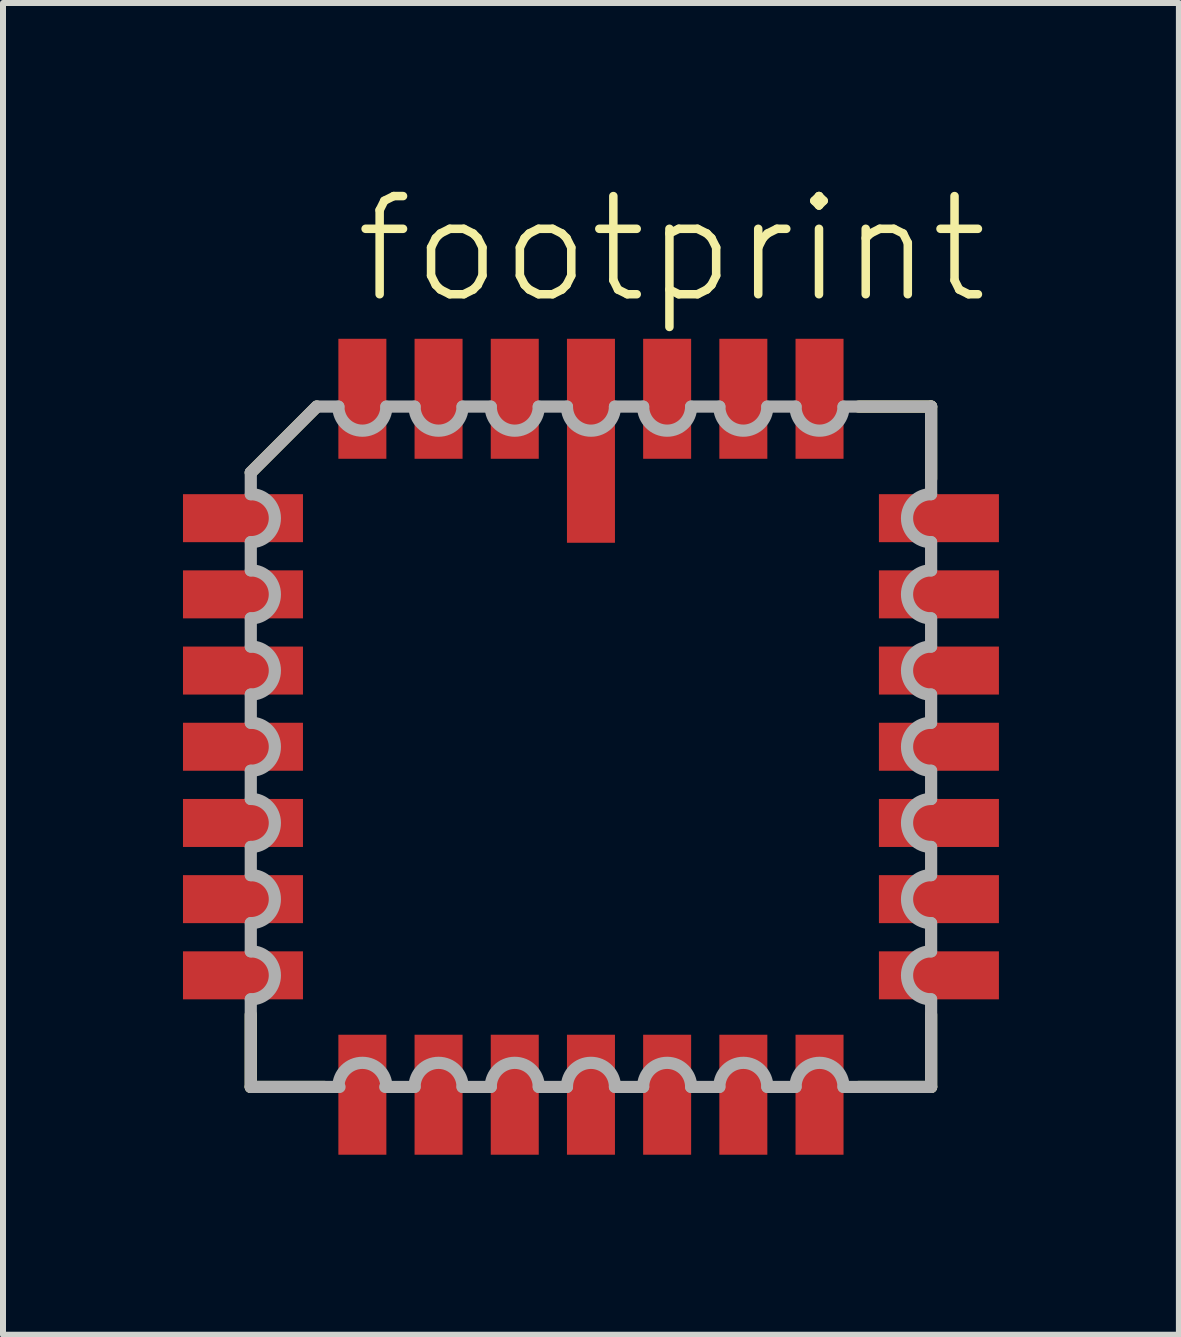
<source format=kicad_pcb>
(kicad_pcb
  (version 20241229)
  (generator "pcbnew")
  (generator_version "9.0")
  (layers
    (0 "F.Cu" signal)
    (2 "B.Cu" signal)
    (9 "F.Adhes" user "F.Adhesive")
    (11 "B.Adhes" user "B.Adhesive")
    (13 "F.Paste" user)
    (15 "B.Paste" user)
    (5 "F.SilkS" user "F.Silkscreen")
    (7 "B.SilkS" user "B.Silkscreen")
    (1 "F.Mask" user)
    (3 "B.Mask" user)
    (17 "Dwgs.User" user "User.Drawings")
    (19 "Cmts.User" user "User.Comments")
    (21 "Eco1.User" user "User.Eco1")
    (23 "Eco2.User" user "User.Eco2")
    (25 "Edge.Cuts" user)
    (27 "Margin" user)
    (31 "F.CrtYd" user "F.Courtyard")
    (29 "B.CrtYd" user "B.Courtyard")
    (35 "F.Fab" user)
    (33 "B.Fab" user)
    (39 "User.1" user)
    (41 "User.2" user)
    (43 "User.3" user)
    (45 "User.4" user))
  (footprint "footprint"
    (layer "F.Cu")
    (at 6.8 9.397)
    (property "Reference" "footprint" (at -4.005 -7.335 0) (layer "F.SilkS") (effects (font (size 1.636 1.636) (thickness 0.142)) (justify left bottom)))
    (fp_line (start -5.67 4.464) (end -5.67 5.67) (stroke (width 0.203) (type solid)) (layer "F.SilkS"))
    (fp_line (start -5.67 5.67) (end -4.445 5.67) (stroke (width 0.203) (type solid)) (layer "F.SilkS"))
    (fp_line (start -4.57 -5.67) (end -5.67 -4.57) (stroke (width 0.203) (type solid)) (layer "F.SilkS"))
    (fp_line (start 4.464 5.67) (end 5.67 5.67) (stroke (width 0.203) (type solid)) (layer "F.SilkS"))
    (fp_line (start 5.67 -5.67) (end 4.464 -5.67) (stroke (width 0.203) (type solid)) (layer "F.SilkS"))
    (fp_line (start 5.67 -4.464) (end 5.67 -5.67) (stroke (width 0.203) (type solid)) (layer "F.SilkS"))
    (fp_line (start 5.67 5.67) (end 5.67 4.464) (stroke (width 0.203) (type solid)) (layer "F.SilkS"))
    (fp_line (start -5.67 -4.57) (end -5.67 -4.21) (stroke (width 0.203) (type solid)) (layer "F.Fab"))
    (fp_line (start -5.67 -3.41) (end -5.67 -2.94) (stroke (width 0.203) (type solid)) (layer "F.Fab"))
    (fp_line (start -5.67 -2.14) (end -5.67 -1.67) (stroke (width 0.203) (type solid)) (layer "F.Fab"))
    (fp_line (start -5.67 -0.87) (end -5.67 -0.4) (stroke (width 0.203) (type solid)) (layer "F.Fab"))
    (fp_line (start -5.67 0.4) (end -5.67 0.87) (stroke (width 0.203) (type solid)) (layer "F.Fab"))
    (fp_line (start -5.67 1.67) (end -5.67 2.14) (stroke (width 0.203) (type solid)) (layer "F.Fab"))
    (fp_line (start -5.67 2.94) (end -5.67 3.41) (stroke (width 0.203) (type solid)) (layer "F.Fab"))
    (fp_line (start -5.67 4.21) (end -5.67 5.67) (stroke (width 0.203) (type solid)) (layer "F.Fab"))
    (fp_line (start -5.67 5.67) (end -4.191 5.67) (stroke (width 0.203) (type solid)) (layer "F.Fab"))
    (fp_line (start -4.57 -5.67) (end -5.67 -4.57) (stroke (width 0.203) (type solid)) (layer "F.Fab"))
    (fp_line (start -4.21 -5.67) (end -4.57 -5.67) (stroke (width 0.203) (type solid)) (layer "F.Fab"))
    (fp_line (start -3.429 5.67) (end -2.94 5.67) (stroke (width 0.203) (type solid)) (layer "F.Fab"))
    (fp_line (start -2.94 -5.67) (end -3.41 -5.67) (stroke (width 0.203) (type solid)) (layer "F.Fab"))
    (fp_line (start -2.14 5.67) (end -1.67 5.67) (stroke (width 0.203) (type solid)) (layer "F.Fab"))
    (fp_line (start -1.67 -5.67) (end -2.14 -5.67) (stroke (width 0.203) (type solid)) (layer "F.Fab"))
    (fp_line (start -0.87 5.67) (end -0.4 5.67) (stroke (width 0.203) (type solid)) (layer "F.Fab"))
    (fp_line (start -0.4 -5.67) (end -0.87 -5.67) (stroke (width 0.203) (type solid)) (layer "F.Fab"))
    (fp_line (start 0.4 5.67) (end 0.87 5.67) (stroke (width 0.203) (type solid)) (layer "F.Fab"))
    (fp_line (start 0.87 -5.67) (end 0.4 -5.67) (stroke (width 0.203) (type solid)) (layer "F.Fab"))
    (fp_line (start 1.67 5.67) (end 2.14 5.67) (stroke (width 0.203) (type solid)) (layer "F.Fab"))
    (fp_line (start 2.14 -5.67) (end 1.67 -5.67) (stroke (width 0.203) (type solid)) (layer "F.Fab"))
    (fp_line (start 2.94 5.67) (end 3.41 5.67) (stroke (width 0.203) (type solid)) (layer "F.Fab"))
    (fp_line (start 3.41 -5.67) (end 2.94 -5.67) (stroke (width 0.203) (type solid)) (layer "F.Fab"))
    (fp_line (start 4.21 5.67) (end 5.67 5.67) (stroke (width 0.203) (type solid)) (layer "F.Fab"))
    (fp_line (start 5.67 -5.67) (end 4.21 -5.67) (stroke (width 0.203) (type solid)) (layer "F.Fab"))
    (fp_line (start 5.67 -4.21) (end 5.67 -5.67) (stroke (width 0.203) (type solid)) (layer "F.Fab"))
    (fp_line (start 5.67 -2.94) (end 5.67 -3.41) (stroke (width 0.203) (type solid)) (layer "F.Fab"))
    (fp_line (start 5.67 -1.67) (end 5.67 -2.14) (stroke (width 0.203) (type solid)) (layer "F.Fab"))
    (fp_line (start 5.67 -0.4) (end 5.67 -0.87) (stroke (width 0.203) (type solid)) (layer "F.Fab"))
    (fp_line (start 5.67 0.87) (end 5.67 0.4) (stroke (width 0.203) (type solid)) (layer "F.Fab"))
    (fp_line (start 5.67 2.14) (end 5.67 1.67) (stroke (width 0.203) (type solid)) (layer "F.Fab"))
    (fp_line (start 5.67 3.41) (end 5.67 2.94) (stroke (width 0.203) (type solid)) (layer "F.Fab"))
    (fp_line (start 5.67 5.67) (end 5.67 4.21) (stroke (width 0.203) (type solid)) (layer "F.Fab"))
    (fp_arc (start -5.6685 -4.21) (mid -5.2685 -3.81) (end -5.6685 -3.41) (stroke (width 0.2032) (type solid)) (layer "F.Fab"))
    (fp_arc (start -5.6685 -2.94) (mid -5.2685 -2.54) (end -5.6685 -2.14) (stroke (width 0.2032) (type solid)) (layer "F.Fab"))
    (fp_arc (start -5.6685 -1.67) (mid -5.2685 -1.27) (end -5.6685 -0.87) (stroke (width 0.2032) (type solid)) (layer "F.Fab"))
    (fp_arc (start -5.6685 -0.4001) (mid -5.2684 0) (end -5.6685 0.4001) (stroke (width 0.2032) (type solid)) (layer "F.Fab"))
    (fp_arc (start -5.6685 0.8699) (mid -5.2684 1.27) (end -5.6685 1.6701) (stroke (width 0.2032) (type solid)) (layer "F.Fab"))
    (fp_arc (start -5.6685 2.1399) (mid -5.2684 2.54) (end -5.6685 2.9401) (stroke (width 0.2032) (type solid)) (layer "F.Fab"))
    (fp_arc (start -5.6685 3.4099) (mid -5.2684 3.81) (end -5.6685 4.2101) (stroke (width 0.2032) (type solid)) (layer "F.Fab"))
    (fp_arc (start -4.2101 5.6685) (mid -3.81 5.2684) (end -3.4099 5.6685) (stroke (width 0.2032) (type solid)) (layer "F.Fab"))
    (fp_arc (start -3.4099 -5.6685) (mid -3.81 -5.2684) (end -4.2101 -5.6685) (stroke (width 0.2032) (type solid)) (layer "F.Fab"))
    (fp_arc (start -2.9401 5.6685) (mid -2.54 5.2684) (end -2.1399 5.6685) (stroke (width 0.2032) (type solid)) (layer "F.Fab"))
    (fp_arc (start -2.1399 -5.6685) (mid -2.54 -5.2684) (end -2.9401 -5.6685) (stroke (width 0.2032) (type solid)) (layer "F.Fab"))
    (fp_arc (start -1.6701 5.6685) (mid -1.27 5.2684) (end -0.8699 5.6685) (stroke (width 0.2032) (type solid)) (layer "F.Fab"))
    (fp_arc (start -0.8699 -5.6685) (mid -1.27 -5.2684) (end -1.6701 -5.6685) (stroke (width 0.2032) (type solid)) (layer "F.Fab"))
    (fp_arc (start -0.4001 5.6685) (mid 0 5.2684) (end 0.4001 5.6685) (stroke (width 0.2032) (type solid)) (layer "F.Fab"))
    (fp_arc (start 0.4001 -5.6685) (mid 0 -5.2684) (end -0.4001 -5.6685) (stroke (width 0.2032) (type solid)) (layer "F.Fab"))
    (fp_arc (start 0.87 5.6685) (mid 1.27 5.2685) (end 1.67 5.6685) (stroke (width 0.2032) (type solid)) (layer "F.Fab"))
    (fp_arc (start 1.67 -5.6685) (mid 1.27 -5.2685) (end 0.87 -5.6685) (stroke (width 0.2032) (type solid)) (layer "F.Fab"))
    (fp_arc (start 2.14 5.6685) (mid 2.54 5.2685) (end 2.94 5.6685) (stroke (width 0.2032) (type solid)) (layer "F.Fab"))
    (fp_arc (start 2.94 -5.6685) (mid 2.54 -5.2685) (end 2.14 -5.6685) (stroke (width 0.2032) (type solid)) (layer "F.Fab"))
    (fp_arc (start 3.41 5.6685) (mid 3.81 5.2685) (end 4.21 5.6685) (stroke (width 0.2032) (type solid)) (layer "F.Fab"))
    (fp_arc (start 4.21 -5.6685) (mid 3.81 -5.2685) (end 3.41 -5.6685) (stroke (width 0.2032) (type solid)) (layer "F.Fab"))
    (fp_arc (start 5.6685 -3.4099) (mid 5.2684 -3.81) (end 5.6685 -4.2101) (stroke (width 0.2032) (type solid)) (layer "F.Fab"))
    (fp_arc (start 5.6685 -2.1399) (mid 5.2684 -2.54) (end 5.6685 -2.9401) (stroke (width 0.2032) (type solid)) (layer "F.Fab"))
    (fp_arc (start 5.6685 -0.8699) (mid 5.2684 -1.27) (end 5.6685 -1.6701) (stroke (width 0.2032) (type solid)) (layer "F.Fab"))
    (fp_arc (start 5.6685 0.4001) (mid 5.2684 0) (end 5.6685 -0.4001) (stroke (width 0.2032) (type solid)) (layer "F.Fab"))
    (fp_arc (start 5.6685 1.67) (mid 5.2685 1.27) (end 5.6685 0.87) (stroke (width 0.2032) (type solid)) (layer "F.Fab"))
    (fp_arc (start 5.6685 2.94) (mid 5.2685 2.54) (end 5.6685 2.14) (stroke (width 0.2032) (type solid)) (layer "F.Fab"))
    (fp_arc (start 5.6685 4.21) (mid 5.2685 3.81) (end 5.6685 3.41) (stroke (width 0.2032) (type solid)) (layer "F.Fab"))
    (pad "1" smd rect (at 0 -5.1) (size 0.8 3.4) (layers "F.Cu" "F.Mask" "F.Paste"))
    (pad "2" smd rect (at -1.27 -5.8) (size 0.8 2) (layers "F.Cu" "F.Mask" "F.Paste"))
    (pad "3" smd rect (at -2.54 -5.8) (size 0.8 2) (layers "F.Cu" "F.Mask" "F.Paste"))
    (pad "4" smd rect (at -3.81 -5.8) (size 0.8 2) (layers "F.Cu" "F.Mask" "F.Paste"))
    (pad "5" smd rect (at -5.8 -3.81) (size 2 0.8) (layers "F.Cu" "F.Mask" "F.Paste"))
    (pad "6" smd rect (at -5.8 -2.54) (size 2 0.8) (layers "F.Cu" "F.Mask" "F.Paste"))
    (pad "7" smd rect (at -5.8 -1.27) (size 2 0.8) (layers "F.Cu" "F.Mask" "F.Paste"))
    (pad "8" smd rect (at -5.8 0) (size 2 0.8) (layers "F.Cu" "F.Mask" "F.Paste"))
    (pad "9" smd rect (at -5.8 1.27) (size 2 0.8) (layers "F.Cu" "F.Mask" "F.Paste"))
    (pad "10" smd rect (at -5.8 2.54) (size 2 0.8) (layers "F.Cu" "F.Mask" "F.Paste"))
    (pad "11" smd rect (at -5.8 3.81) (size 2 0.8) (layers "F.Cu" "F.Mask" "F.Paste"))
    (pad "12" smd rect (at -3.81 5.8) (size 0.8 2) (layers "F.Cu" "F.Mask" "F.Paste"))
    (pad "13" smd rect (at -2.54 5.8) (size 0.8 2) (layers "F.Cu" "F.Mask" "F.Paste"))
    (pad "14" smd rect (at -1.27 5.8) (size 0.8 2) (layers "F.Cu" "F.Mask" "F.Paste"))
    (pad "15" smd rect (at 0 5.8) (size 0.8 2) (layers "F.Cu" "F.Mask" "F.Paste"))
    (pad "16" smd rect (at 1.27 5.8) (size 0.8 2) (layers "F.Cu" "F.Mask" "F.Paste"))
    (pad "17" smd rect (at 2.54 5.8) (size 0.8 2) (layers "F.Cu" "F.Mask" "F.Paste"))
    (pad "18" smd rect (at 3.81 5.8) (size 0.8 2) (layers "F.Cu" "F.Mask" "F.Paste"))
    (pad "19" smd rect (at 5.8 3.81) (size 2 0.8) (layers "F.Cu" "F.Mask" "F.Paste"))
    (pad "20" smd rect (at 5.8 2.54) (size 2 0.8) (layers "F.Cu" "F.Mask" "F.Paste"))
    (pad "21" smd rect (at 5.8 1.27) (size 2 0.8) (layers "F.Cu" "F.Mask" "F.Paste"))
    (pad "22" smd rect (at 5.8 0) (size 2 0.8) (layers "F.Cu" "F.Mask" "F.Paste"))
    (pad "23" smd rect (at 5.8 -1.27) (size 2 0.8) (layers "F.Cu" "F.Mask" "F.Paste"))
    (pad "24" smd rect (at 5.8 -2.54) (size 2 0.8) (layers "F.Cu" "F.Mask" "F.Paste"))
    (pad "25" smd rect (at 5.8 -3.81) (size 2 0.8) (layers "F.Cu" "F.Mask" "F.Paste"))
    (pad "26" smd rect (at 3.81 -5.8) (size 0.8 2) (layers "F.Cu" "F.Mask" "F.Paste"))
    (pad "27" smd rect (at 2.54 -5.8) (size 0.8 2) (layers "F.Cu" "F.Mask" "F.Paste"))
    (pad "28" smd rect (at 1.27 -5.8) (size 0.8 2) (layers "F.Cu" "F.Mask" "F.Paste")))
  (gr_rect
    (start -3 -3)
    (end 16.6 19.198)
    (stroke (width 0.1) (type default))
    (fill no)
    (layer "Edge.Cuts")))
</source>
